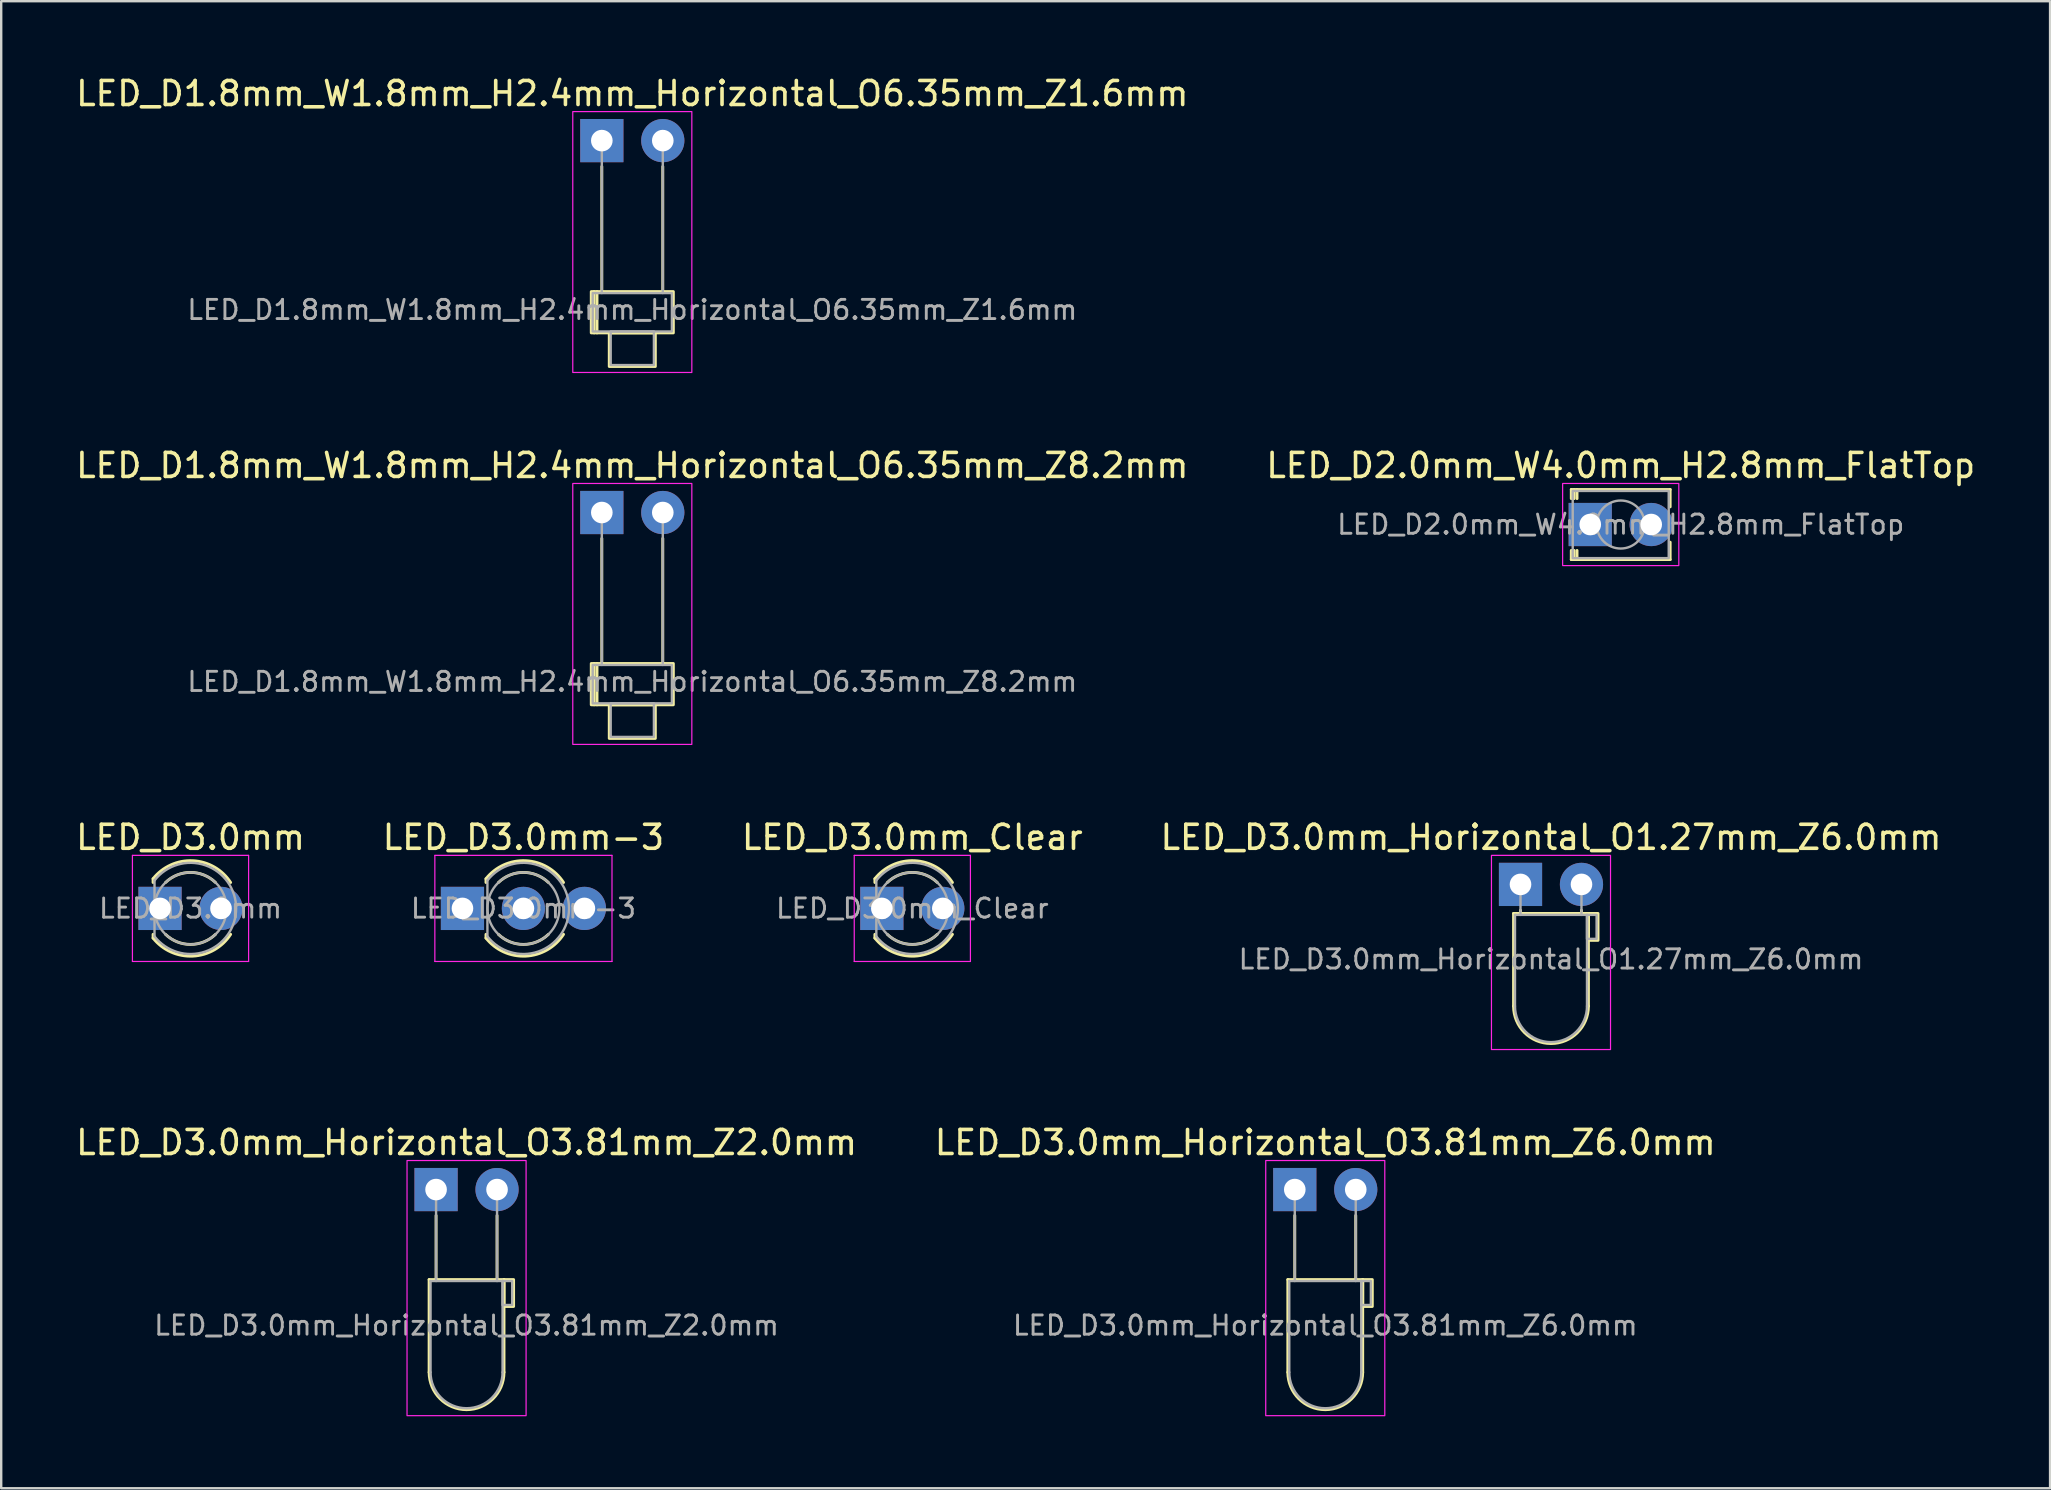
<source format=kicad_pcb>
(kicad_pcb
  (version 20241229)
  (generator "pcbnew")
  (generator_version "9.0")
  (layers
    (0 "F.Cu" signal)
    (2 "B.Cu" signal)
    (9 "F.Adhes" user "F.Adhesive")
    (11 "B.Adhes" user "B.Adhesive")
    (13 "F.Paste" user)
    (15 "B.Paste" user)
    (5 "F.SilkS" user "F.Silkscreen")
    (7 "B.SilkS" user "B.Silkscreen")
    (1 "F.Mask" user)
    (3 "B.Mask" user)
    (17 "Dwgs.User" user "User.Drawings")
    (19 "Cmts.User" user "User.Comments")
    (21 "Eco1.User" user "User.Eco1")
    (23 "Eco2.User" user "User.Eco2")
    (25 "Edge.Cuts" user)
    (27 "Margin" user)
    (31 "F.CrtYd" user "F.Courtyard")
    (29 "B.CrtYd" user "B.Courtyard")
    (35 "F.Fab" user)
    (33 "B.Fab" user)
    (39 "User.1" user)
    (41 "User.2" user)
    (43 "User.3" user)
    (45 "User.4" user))
  (footprint "LED_D3.0mm_Horizontal_O3.81mm_Z6.0mm"
    (layer "F.Cu")
    (at 50.891 46.508)
    (property "Reference" "LED_D3.0mm_Horizontal_O3.81mm_Z6.0mm" (at 1.27 -1.96 0) (layer "F.SilkS") (effects (font (size 1 1) (thickness 0.15))))
    (attr through_hole)
    (fp_line (start -0.29 3.75) (end -0.29 7.61) (stroke (width 0.12) (type solid)) (layer "F.SilkS"))
    (fp_line (start -0.29 3.75) (end 2.83 3.75) (stroke (width 0.12) (type solid)) (layer "F.SilkS"))
    (fp_line (start 2.83 3.75) (end 2.83 7.61) (stroke (width 0.12) (type solid)) (layer "F.SilkS"))
    (fp_rect (start 0 1.08) (end 0 3.75) (stroke (width 0.12) (type solid)) (fill no) (layer "F.SilkS"))
    (fp_rect (start 2.54 1.08) (end 2.54 3.75) (stroke (width 0.12) (type solid)) (fill no) (layer "F.SilkS"))
    (fp_rect (start 2.83 3.75) (end 3.23 4.87) (stroke (width 0.12) (type solid)) (fill no) (layer "F.SilkS"))
    (fp_arc (start 2.83 7.61) (mid 1.27 9.17) (end -0.29 7.61) (stroke (width 0.12) (type solid)) (layer "F.SilkS"))
    (fp_rect (start -1.21 -1.21) (end 3.75 9.42) (stroke (width 0.05) (type solid)) (fill no) (layer "F.CrtYd"))
    (fp_line (start -0.23 3.81) (end -0.23 7.61) (stroke (width 0.1) (type solid)) (layer "F.Fab"))
    (fp_line (start -0.23 3.81) (end 2.77 3.81) (stroke (width 0.1) (type solid)) (layer "F.Fab"))
    (fp_line (start 2.77 3.81) (end 2.77 7.61) (stroke (width 0.1) (type solid)) (layer "F.Fab"))
    (fp_rect (start 0 0) (end 0 3.81) (stroke (width 0.1) (type solid)) (fill no) (layer "F.Fab"))
    (fp_rect (start 2.54 0) (end 2.54 3.81) (stroke (width 0.1) (type solid)) (fill no) (layer "F.Fab"))
    (fp_rect (start 2.77 3.81) (end 3.17 4.81) (stroke (width 0.1) (type solid)) (fill no) (layer "F.Fab"))
    (fp_arc (start 2.77 7.61) (mid 1.27 9.11) (end -0.23 7.61) (stroke (width 0.1) (type solid)) (layer "F.Fab"))
    (fp_text user "${REFERENCE}" (at 1.27 5.66 0) (layer "F.Fab") (effects (font (size 0.8 0.8) (thickness 0.12))))
    (pad "1" thru_hole rect (at 0 0) (size 1.8 1.8) (drill 0.9) (layers "*.Cu" "*.Mask"))
    (pad "2" thru_hole circle (at 2.54 0) (size 1.8 1.8) (drill 0.9) (layers "*.Cu" "*.Mask")))
  (footprint "LED_D1.8mm_W1.8mm_H2.4mm_Horizontal_O6.35mm_Z1.6mm"
    (layer "F.Cu")
    (at 22.022 2.808)
    (property "Reference" "LED_D1.8mm_W1.8mm_H2.4mm_Horizontal_O6.35mm_Z1.6mm" (at 1.27 -1.96 0) (layer "F.SilkS") (effects (font (size 1 1) (thickness 0.15))))
    (attr through_hole)
    (fp_line (start -0.32 6.29) (end -0.32 8.01) (stroke (width 0.12) (type solid)) (layer "F.SilkS"))
    (fp_line (start -0.2 6.29) (end -0.2 8.01) (stroke (width 0.12) (type solid)) (layer "F.SilkS"))
    (fp_rect (start -0.44 6.29) (end 2.98 8.01) (stroke (width 0.12) (type solid)) (fill no) (layer "F.SilkS"))
    (fp_rect (start 0 1.08) (end 0 6.29) (stroke (width 0.12) (type solid)) (fill no) (layer "F.SilkS"))
    (fp_rect (start 0.31 8.01) (end 2.23 9.41) (stroke (width 0.12) (type solid)) (fill no) (layer "F.SilkS"))
    (fp_rect (start 2.54 1.08) (end 2.54 6.29) (stroke (width 0.12) (type solid)) (fill no) (layer "F.SilkS"))
    (fp_rect (start -1.21 -1.21) (end 3.75 9.66) (stroke (width 0.05) (type solid)) (fill no) (layer "F.CrtYd"))
    (fp_rect (start -0.38 6.35) (end 2.92 7.95) (stroke (width 0.1) (type solid)) (fill no) (layer "F.Fab"))
    (fp_rect (start 0 0) (end 0 6.35) (stroke (width 0.1) (type solid)) (fill no) (layer "F.Fab"))
    (fp_rect (start 0.37 7.95) (end 2.17 9.35) (stroke (width 0.1) (type solid)) (fill no) (layer "F.Fab"))
    (fp_rect (start 2.54 0) (end 2.54 6.35) (stroke (width 0.1) (type solid)) (fill no) (layer "F.Fab"))
    (fp_text user "${REFERENCE}" (at 1.27 7.05 0) (layer "F.Fab") (effects (font (size 0.8 0.8) (thickness 0.12))))
    (pad "1" thru_hole rect (at 0 0) (size 1.8 1.8) (drill 0.9) (layers "*.Cu" "*.Mask"))
    (pad "2" thru_hole circle (at 2.54 0) (size 1.8 1.8) (drill 0.9) (layers "*.Cu" "*.Mask")))
  (footprint "LED_D3.0mm-3"
    (layer "F.Cu")
    (at 16.216 34.795)
    (property "Reference" "LED_D3.0mm-3" (at 2.54 -2.96 0) (layer "F.SilkS") (effects (font (size 1 1) (thickness 0.15))))
    (attr through_hole)
    (fp_line (start 0.98 -1.236) (end 0.98 -1.08) (stroke (width 0.12) (type solid)) (layer "F.SilkS"))
    (fp_line (start 0.98 1.08) (end 0.98 1.236) (stroke (width 0.12) (type solid)) (layer "F.SilkS"))
    (fp_arc (start 0.98 -1.235516) (mid 2.635624 -1.987701) (end 4.211397 -1.080061) (stroke (width 0.12) (type solid)) (layer "F.SilkS"))
    (fp_arc (start 1.499039 -1.08) (mid 2.539964 -1.5) (end 3.58091 -1.080049) (stroke (width 0.12) (type solid)) (layer "F.SilkS"))
    (fp_arc (start 3.58091 1.080049) (mid 2.539964 1.5) (end 1.499039 1.08) (stroke (width 0.12) (type solid)) (layer "F.SilkS"))
    (fp_arc (start 4.211397 1.080061) (mid 2.635624 1.987701) (end 0.98 1.235516) (stroke (width 0.12) (type solid)) (layer "F.SilkS"))
    (fp_line (start -1.15 -2.21) (end -1.15 2.21) (stroke (width 0.05) (type solid)) (layer "F.CrtYd"))
    (fp_line (start -1.15 2.21) (end 6.23 2.21) (stroke (width 0.05) (type solid)) (layer "F.CrtYd"))
    (fp_line (start 6.23 -2.21) (end -1.15 -2.21) (stroke (width 0.05) (type solid)) (layer "F.CrtYd"))
    (fp_line (start 6.23 2.21) (end 6.23 -2.21) (stroke (width 0.05) (type solid)) (layer "F.CrtYd"))
    (fp_line (start 1.04 -1.166) (end 1.04 1.166) (stroke (width 0.1) (type solid)) (layer "F.Fab"))
    (fp_arc (start 1.04 -1.16619) (mid 4.44 -0.000037) (end 1.040045 1.166249) (stroke (width 0.1) (type solid)) (layer "F.Fab"))
    (fp_circle (center 2.54 0) (end 4.04 0) (stroke (width 0.1) (type solid)) (fill no) (layer "F.Fab"))
    (fp_text user "${REFERENCE}" (at 2.54 0 0) (layer "F.Fab") (effects (font (size 0.8 0.8) (thickness 0.12))))
    (pad "1" thru_hole rect (at 0 0) (size 1.8 1.8) (drill 0.9) (layers "*.Cu" "*.Mask"))
    (pad "2" thru_hole circle (at 2.54 0) (size 1.8 1.8) (drill 0.9) (layers "*.Cu" "*.Mask"))
    (pad "3" thru_hole circle (at 5.08 0) (size 1.8 1.8) (drill 0.9) (layers "*.Cu" "*.Mask")))
  (footprint "LED_D3.0mm"
    (layer "F.Cu")
    (at 3.617 34.795)
    (property "Reference" "LED_D3.0mm" (at 1.27 -2.96 0) (layer "F.SilkS") (effects (font (size 1 1) (thickness 0.15))))
    (attr through_hole)
    (fp_line (start -0.29 -1.236) (end -0.29 -1.08) (stroke (width 0.12) (type solid)) (layer "F.SilkS"))
    (fp_line (start -0.29 1.08) (end -0.29 1.236) (stroke (width 0.12) (type solid)) (layer "F.SilkS"))
    (fp_arc (start -0.29 -1.235516) (mid 1.365624 -1.987701) (end 2.941397 -1.080061) (stroke (width 0.12) (type solid)) (layer "F.SilkS"))
    (fp_arc (start 0.229039 -1.08) (mid 1.269964 -1.5) (end 2.31091 -1.080049) (stroke (width 0.12) (type solid)) (layer "F.SilkS"))
    (fp_arc (start 2.31091 1.080049) (mid 1.269964 1.5) (end 0.229039 1.08) (stroke (width 0.12) (type solid)) (layer "F.SilkS"))
    (fp_arc (start 2.941397 1.080061) (mid 1.365624 1.987701) (end -0.29 1.235516) (stroke (width 0.12) (type solid)) (layer "F.SilkS"))
    (fp_line (start -1.15 -2.21) (end -1.15 2.21) (stroke (width 0.05) (type solid)) (layer "F.CrtYd"))
    (fp_line (start -1.15 2.21) (end 3.69 2.21) (stroke (width 0.05) (type solid)) (layer "F.CrtYd"))
    (fp_line (start 3.69 -2.21) (end -1.15 -2.21) (stroke (width 0.05) (type solid)) (layer "F.CrtYd"))
    (fp_line (start 3.69 2.21) (end 3.69 -2.21) (stroke (width 0.05) (type solid)) (layer "F.CrtYd"))
    (fp_line (start -0.23 -1.166) (end -0.23 1.166) (stroke (width 0.1) (type solid)) (layer "F.Fab"))
    (fp_arc (start -0.23 -1.16619) (mid 3.17 -0.000037) (end -0.229955 1.166249) (stroke (width 0.1) (type solid)) (layer "F.Fab"))
    (fp_circle (center 1.27 0) (end 2.77 0) (stroke (width 0.1) (type solid)) (fill no) (layer "F.Fab"))
    (fp_text user "${REFERENCE}" (at 1.27 0 0) (layer "F.Fab") (effects (font (size 0.8 0.8) (thickness 0.12))))
    (pad "1" thru_hole rect (at 0 0) (size 1.8 1.8) (drill 0.9) (layers "*.Cu" "*.Mask"))
    (pad "2" thru_hole circle (at 2.54 0) (size 1.8 1.8) (drill 0.9) (layers "*.Cu" "*.Mask")))
  (footprint "LED_D3.0mm_Clear"
    (layer "F.Cu")
    (at 33.688 34.795)
    (property "Reference" "LED_D3.0mm_Clear" (at 1.27 -2.96 0) (layer "F.SilkS") (effects (font (size 1 1) (thickness 0.15))))
    (attr through_hole)
    (fp_line (start -0.29 -1.236) (end -0.29 -1.08) (stroke (width 0.12) (type solid)) (layer "F.SilkS"))
    (fp_line (start -0.29 1.08) (end -0.29 1.236) (stroke (width 0.12) (type solid)) (layer "F.SilkS"))
    (fp_arc (start -0.29 -1.235516) (mid 1.365624 -1.987701) (end 2.941397 -1.080061) (stroke (width 0.12) (type solid)) (layer "F.SilkS"))
    (fp_arc (start 0.229039 -1.08) (mid 1.269964 -1.5) (end 2.31091 -1.080049) (stroke (width 0.12) (type solid)) (layer "F.SilkS"))
    (fp_arc (start 2.31091 1.080049) (mid 1.269964 1.5) (end 0.229039 1.08) (stroke (width 0.12) (type solid)) (layer "F.SilkS"))
    (fp_arc (start 2.941397 1.080061) (mid 1.365624 1.987701) (end -0.29 1.235516) (stroke (width 0.12) (type solid)) (layer "F.SilkS"))
    (fp_line (start -1.15 -2.21) (end -1.15 2.21) (stroke (width 0.05) (type solid)) (layer "F.CrtYd"))
    (fp_line (start -1.15 2.21) (end 3.69 2.21) (stroke (width 0.05) (type solid)) (layer "F.CrtYd"))
    (fp_line (start 3.69 -2.21) (end -1.15 -2.21) (stroke (width 0.05) (type solid)) (layer "F.CrtYd"))
    (fp_line (start 3.69 2.21) (end 3.69 -2.21) (stroke (width 0.05) (type solid)) (layer "F.CrtYd"))
    (fp_line (start -0.23 -1.166) (end -0.23 1.166) (stroke (width 0.1) (type solid)) (layer "F.Fab"))
    (fp_arc (start -0.23 -1.16619) (mid 3.17 -0.000037) (end -0.229955 1.166249) (stroke (width 0.1) (type solid)) (layer "F.Fab"))
    (fp_circle (center 1.27 0) (end 2.77 0) (stroke (width 0.1) (type solid)) (fill no) (layer "F.Fab"))
    (fp_text user "${REFERENCE}" (at 1.27 0 0) (layer "F.Fab") (effects (font (size 0.8 0.8) (thickness 0.12))))
    (pad "1" thru_hole rect (at 0 0) (size 1.8 1.8) (drill 0.9) (layers "*.Cu" "*.Mask"))
    (pad "2" thru_hole circle (at 2.54 0) (size 1.8 1.8) (drill 0.9) (layers "*.Cu" "*.Mask")))
  (footprint "LED_D2.0mm_W4.0mm_H2.8mm_FlatTop"
    (layer "F.Cu")
    (at 63.2 18.802)
    (property "Reference" "LED_D2.0mm_W4.0mm_H2.8mm_FlatTop" (at 1.27 -2.46 0) (layer "F.SilkS") (effects (font (size 1 1) (thickness 0.15))))
    (attr through_hole)
    (fp_line (start -0.79 -1.46) (end 3.33 -1.46) (stroke (width 0.12) (type solid)) (layer "F.SilkS"))
    (fp_line (start -0.79 -1.08) (end -0.79 -1.46) (stroke (width 0.12) (type solid)) (layer "F.SilkS"))
    (fp_line (start -0.79 1.46) (end -0.79 1.08) (stroke (width 0.12) (type solid)) (layer "F.SilkS"))
    (fp_line (start -0.67 -1.46) (end -0.67 -1.08) (stroke (width 0.12) (type solid)) (layer "F.SilkS"))
    (fp_line (start -0.67 1.08) (end -0.67 1.46) (stroke (width 0.12) (type solid)) (layer "F.SilkS"))
    (fp_line (start -0.55 -1.46) (end -0.55 -1.08) (stroke (width 0.12) (type solid)) (layer "F.SilkS"))
    (fp_line (start -0.55 1.08) (end -0.55 1.46) (stroke (width 0.12) (type solid)) (layer "F.SilkS"))
    (fp_line (start 3.33 -1.46) (end 3.33 -0.736) (stroke (width 0.12) (type solid)) (layer "F.SilkS"))
    (fp_line (start 3.33 0.736) (end 3.33 1.46) (stroke (width 0.12) (type solid)) (layer "F.SilkS"))
    (fp_line (start 3.33 1.46) (end -0.79 1.46) (stroke (width 0.12) (type solid)) (layer "F.SilkS"))
    (fp_rect (start -1.15 -1.71) (end 3.69 1.71) (stroke (width 0.05) (type solid)) (fill no) (layer "F.CrtYd"))
    (fp_rect (start -0.73 -1.4) (end 3.27 1.4) (stroke (width 0.1) (type solid)) (fill no) (layer "F.Fab"))
    (fp_circle (center 1.27 0) (end 2.27 0) (stroke (width 0.1) (type solid)) (fill no) (layer "F.Fab"))
    (fp_text user "${REFERENCE}" (at 1.27 0 0) (layer "F.Fab") (effects (font (size 0.8 0.8) (thickness 0.12))))
    (pad "1" thru_hole rect (at 0 0) (size 1.8 1.8) (drill 0.9) (layers "*.Cu" "*.Mask"))
    (pad "2" thru_hole circle (at 2.54 0) (size 1.8 1.8) (drill 0.9) (layers "*.Cu" "*.Mask")))
  (footprint "LED_D1.8mm_W1.8mm_H2.4mm_Horizontal_O6.35mm_Z8.2mm"
    (layer "F.Cu")
    (at 22.022 18.302)
    (property "Reference" "LED_D1.8mm_W1.8mm_H2.4mm_Horizontal_O6.35mm_Z8.2mm" (at 1.27 -1.96 0) (layer "F.SilkS") (effects (font (size 1 1) (thickness 0.15))))
    (attr through_hole)
    (fp_line (start -0.32 6.29) (end -0.32 8.01) (stroke (width 0.12) (type solid)) (layer "F.SilkS"))
    (fp_line (start -0.2 6.29) (end -0.2 8.01) (stroke (width 0.12) (type solid)) (layer "F.SilkS"))
    (fp_rect (start -0.44 6.29) (end 2.98 8.01) (stroke (width 0.12) (type solid)) (fill no) (layer "F.SilkS"))
    (fp_rect (start 0 1.08) (end 0 6.29) (stroke (width 0.12) (type solid)) (fill no) (layer "F.SilkS"))
    (fp_rect (start 0.31 8.01) (end 2.23 9.41) (stroke (width 0.12) (type solid)) (fill no) (layer "F.SilkS"))
    (fp_rect (start 2.54 1.08) (end 2.54 6.29) (stroke (width 0.12) (type solid)) (fill no) (layer "F.SilkS"))
    (fp_rect (start -1.21 -1.21) (end 3.75 9.66) (stroke (width 0.05) (type solid)) (fill no) (layer "F.CrtYd"))
    (fp_rect (start -0.38 6.35) (end 2.92 7.95) (stroke (width 0.1) (type solid)) (fill no) (layer "F.Fab"))
    (fp_rect (start 0 0) (end 0 6.35) (stroke (width 0.1) (type solid)) (fill no) (layer "F.Fab"))
    (fp_rect (start 0.37 7.95) (end 2.17 9.35) (stroke (width 0.1) (type solid)) (fill no) (layer "F.Fab"))
    (fp_rect (start 2.54 0) (end 2.54 6.35) (stroke (width 0.1) (type solid)) (fill no) (layer "F.Fab"))
    (fp_text user "${REFERENCE}" (at 1.27 7.05 0) (layer "F.Fab") (effects (font (size 0.8 0.8) (thickness 0.12))))
    (pad "1" thru_hole rect (at 0 0) (size 1.8 1.8) (drill 0.9) (layers "*.Cu" "*.Mask"))
    (pad "2" thru_hole circle (at 2.54 0) (size 1.8 1.8) (drill 0.9) (layers "*.Cu" "*.Mask")))
  (footprint "LED_D3.0mm_Horizontal_O1.27mm_Z6.0mm"
    (layer "F.Cu")
    (at 60.295 33.795)
    (property "Reference" "LED_D3.0mm_Horizontal_O1.27mm_Z6.0mm" (at 1.27 -1.96 0) (layer "F.SilkS") (effects (font (size 1 1) (thickness 0.15))))
    (attr through_hole)
    (fp_line (start -0.29 1.21) (end -0.29 5.07) (stroke (width 0.12) (type solid)) (layer "F.SilkS"))
    (fp_line (start -0.29 1.21) (end 2.83 1.21) (stroke (width 0.12) (type solid)) (layer "F.SilkS"))
    (fp_line (start 2.83 1.21) (end 2.83 5.07) (stroke (width 0.12) (type solid)) (layer "F.SilkS"))
    (fp_rect (start 0 1.08) (end 0 1.21) (stroke (width 0.12) (type solid)) (fill no) (layer "F.SilkS"))
    (fp_rect (start 2.54 1.08) (end 2.54 1.21) (stroke (width 0.12) (type solid)) (fill no) (layer "F.SilkS"))
    (fp_rect (start 2.83 1.21) (end 3.23 2.33) (stroke (width 0.12) (type solid)) (fill no) (layer "F.SilkS"))
    (fp_arc (start 2.83 5.07) (mid 1.27 6.63) (end -0.29 5.07) (stroke (width 0.12) (type solid)) (layer "F.SilkS"))
    (fp_rect (start -1.21 -1.21) (end 3.75 6.88) (stroke (width 0.05) (type solid)) (fill no) (layer "F.CrtYd"))
    (fp_line (start -0.23 1.27) (end -0.23 5.07) (stroke (width 0.1) (type solid)) (layer "F.Fab"))
    (fp_line (start -0.23 1.27) (end 2.77 1.27) (stroke (width 0.1) (type solid)) (layer "F.Fab"))
    (fp_line (start 2.77 1.27) (end 2.77 5.07) (stroke (width 0.1) (type solid)) (layer "F.Fab"))
    (fp_rect (start 0 0) (end 0 1.27) (stroke (width 0.1) (type solid)) (fill no) (layer "F.Fab"))
    (fp_rect (start 2.54 0) (end 2.54 1.27) (stroke (width 0.1) (type solid)) (fill no) (layer "F.Fab"))
    (fp_rect (start 2.77 1.27) (end 3.17 2.27) (stroke (width 0.1) (type solid)) (fill no) (layer "F.Fab"))
    (fp_arc (start 2.77 5.07) (mid 1.27 6.57) (end -0.23 5.07) (stroke (width 0.1) (type solid)) (layer "F.Fab"))
    (fp_text user "${REFERENCE}" (at 1.27 3.12 0) (layer "F.Fab") (effects (font (size 0.8 0.8) (thickness 0.12))))
    (pad "1" thru_hole rect (at 0 0) (size 1.8 1.8) (drill 0.9) (layers "*.Cu" "*.Mask"))
    (pad "2" thru_hole circle (at 2.54 0) (size 1.8 1.8) (drill 0.9) (layers "*.Cu" "*.Mask")))
  (footprint "LED_D3.0mm_Horizontal_O3.81mm_Z2.0mm"
    (layer "F.Cu")
    (at 15.117 46.508)
    (property "Reference" "LED_D3.0mm_Horizontal_O3.81mm_Z2.0mm" (at 1.27 -1.96 0) (layer "F.SilkS") (effects (font (size 1 1) (thickness 0.15))))
    (attr through_hole)
    (fp_line (start -0.29 3.75) (end -0.29 7.61) (stroke (width 0.12) (type solid)) (layer "F.SilkS"))
    (fp_line (start -0.29 3.75) (end 2.83 3.75) (stroke (width 0.12) (type solid)) (layer "F.SilkS"))
    (fp_line (start 2.83 3.75) (end 2.83 7.61) (stroke (width 0.12) (type solid)) (layer "F.SilkS"))
    (fp_rect (start 0 1.08) (end 0 3.75) (stroke (width 0.12) (type solid)) (fill no) (layer "F.SilkS"))
    (fp_rect (start 2.54 1.08) (end 2.54 3.75) (stroke (width 0.12) (type solid)) (fill no) (layer "F.SilkS"))
    (fp_rect (start 2.83 3.75) (end 3.23 4.87) (stroke (width 0.12) (type solid)) (fill no) (layer "F.SilkS"))
    (fp_arc (start 2.83 7.61) (mid 1.27 9.17) (end -0.29 7.61) (stroke (width 0.12) (type solid)) (layer "F.SilkS"))
    (fp_rect (start -1.21 -1.21) (end 3.75 9.42) (stroke (width 0.05) (type solid)) (fill no) (layer "F.CrtYd"))
    (fp_line (start -0.23 3.81) (end -0.23 7.61) (stroke (width 0.1) (type solid)) (layer "F.Fab"))
    (fp_line (start -0.23 3.81) (end 2.77 3.81) (stroke (width 0.1) (type solid)) (layer "F.Fab"))
    (fp_line (start 2.77 3.81) (end 2.77 7.61) (stroke (width 0.1) (type solid)) (layer "F.Fab"))
    (fp_rect (start 0 0) (end 0 3.81) (stroke (width 0.1) (type solid)) (fill no) (layer "F.Fab"))
    (fp_rect (start 2.54 0) (end 2.54 3.81) (stroke (width 0.1) (type solid)) (fill no) (layer "F.Fab"))
    (fp_rect (start 2.77 3.81) (end 3.17 4.81) (stroke (width 0.1) (type solid)) (fill no) (layer "F.Fab"))
    (fp_arc (start 2.77 7.61) (mid 1.27 9.11) (end -0.23 7.61) (stroke (width 0.1) (type solid)) (layer "F.Fab"))
    (fp_text user "${REFERENCE}" (at 1.27 5.66 0) (layer "F.Fab") (effects (font (size 0.8 0.8) (thickness 0.12))))
    (pad "1" thru_hole rect (at 0 0) (size 1.8 1.8) (drill 0.9) (layers "*.Cu" "*.Mask"))
    (pad "2" thru_hole circle (at 2.54 0) (size 1.8 1.8) (drill 0.9) (layers "*.Cu" "*.Mask")))
  (gr_rect
    (start -3 -3)
    (end 82.357 58.953)
    (stroke (width 0.1) (type default))
    (fill no)
    (layer "Edge.Cuts")))
</source>
